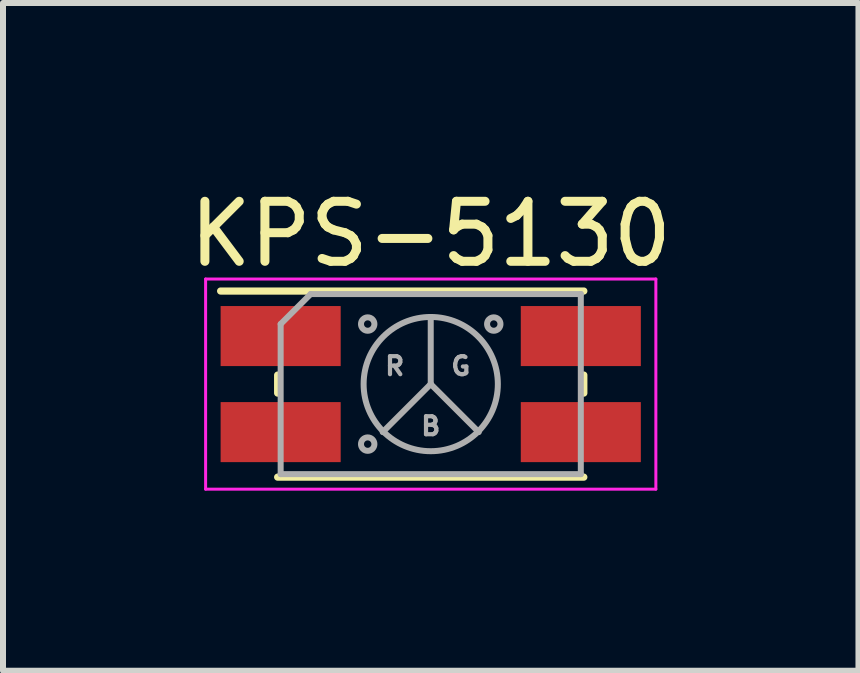
<source format=kicad_pcb>
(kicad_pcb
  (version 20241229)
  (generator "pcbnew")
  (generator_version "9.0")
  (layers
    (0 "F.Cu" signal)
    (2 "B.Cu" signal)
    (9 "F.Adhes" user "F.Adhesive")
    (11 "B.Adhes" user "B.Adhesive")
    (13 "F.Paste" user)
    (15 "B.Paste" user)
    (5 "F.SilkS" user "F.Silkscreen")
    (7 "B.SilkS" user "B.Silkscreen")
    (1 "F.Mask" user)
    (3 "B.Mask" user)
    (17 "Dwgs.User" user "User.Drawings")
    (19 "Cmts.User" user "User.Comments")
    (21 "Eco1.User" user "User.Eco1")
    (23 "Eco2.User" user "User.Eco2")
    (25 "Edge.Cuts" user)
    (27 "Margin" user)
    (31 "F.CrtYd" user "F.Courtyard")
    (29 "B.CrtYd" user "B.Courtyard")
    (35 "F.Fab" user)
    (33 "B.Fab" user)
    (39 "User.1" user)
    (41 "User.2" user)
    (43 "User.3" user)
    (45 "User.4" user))
  (footprint "KPS-5130"
    (layer "F.Cu")
    (at 4.125 3.348)
    (property "Reference" "KPS-5130" (at 0 -2.5 0) (layer "F.SilkS") (effects (font (size 1 1) (thickness 0.15))))
    (attr smd)
    (fp_line (start -3.5 -1.55) (end 2.55 -1.55) (stroke (width 0.12) (type solid)) (layer "F.SilkS"))
    (fp_line (start -2.55 0.15) (end -2.55 -0.15) (stroke (width 0.12) (type solid)) (layer "F.SilkS"))
    (fp_line (start 2.55 -0.15) (end 2.55 0.15) (stroke (width 0.12) (type solid)) (layer "F.SilkS"))
    (fp_line (start 2.55 1.55) (end -2.55 1.55) (stroke (width 0.12) (type solid)) (layer "F.SilkS"))
    (fp_line (start -3.75 -1.75) (end -3.75 1.75) (stroke (width 0.05) (type solid)) (layer "F.CrtYd"))
    (fp_line (start -3.75 -1.75) (end 3.75 -1.75) (stroke (width 0.05) (type solid)) (layer "F.CrtYd"))
    (fp_line (start 3.75 1.75) (end -3.75 1.75) (stroke (width 0.05) (type solid)) (layer "F.CrtYd"))
    (fp_line (start 3.75 1.75) (end 3.75 -1.75) (stroke (width 0.05) (type solid)) (layer "F.CrtYd"))
    (fp_line (start -2.5 -1) (end -2.5 1.5) (stroke (width 0.1) (type solid)) (layer "F.Fab"))
    (fp_line (start -2.5 1.5) (end 2.5 1.5) (stroke (width 0.1) (type solid)) (layer "F.Fab"))
    (fp_line (start -2 -1.5) (end -2.5 -1) (stroke (width 0.1) (type solid)) (layer "F.Fab"))
    (fp_line (start 0 0) (end -0.8 0.8) (stroke (width 0.1) (type solid)) (layer "F.Fab"))
    (fp_line (start 0 0) (end 0 -1.1) (stroke (width 0.1) (type solid)) (layer "F.Fab"))
    (fp_line (start 0 0) (end 0.8 0.8) (stroke (width 0.1) (type solid)) (layer "F.Fab"))
    (fp_line (start 2.5 -1.5) (end -2 -1.5) (stroke (width 0.1) (type solid)) (layer "F.Fab"))
    (fp_line (start 2.5 1.5) (end 2.5 -1.5) (stroke (width 0.1) (type solid)) (layer "F.Fab"))
    (fp_circle (center -1.05 -1) (end -1 -0.9) (stroke (width 0.1) (type solid)) (fill no) (layer "F.Fab"))
    (fp_circle (center -1.05 1) (end -1 1.1) (stroke (width 0.1) (type solid)) (fill no) (layer "F.Fab"))
    (fp_circle (center 0 0) (end 1 0.5) (stroke (width 0.1) (type solid)) (fill no) (layer "F.Fab"))
    (fp_circle (center 1.05 -1) (end 1.1 -0.9) (stroke (width 0.1) (type solid)) (fill no) (layer "F.Fab"))
    (fp_text user "G" (at 0.5 -0.3 0) (layer "F.Fab") (effects (font (size 0.3 0.3) (thickness 0.07))))
    (fp_text user "R" (at -0.6 -0.3 0) (layer "F.Fab") (effects (font (size 0.3 0.3) (thickness 0.07))))
    (fp_text user "B" (at 0 0.7 0) (layer "F.Fab") (effects (font (size 0.3 0.3) (thickness 0.07))))
    (pad "1" smd rect (at -2.5 -0.8) (size 2 1) (layers "F.Cu" "F.Mask" "F.Paste"))
    (pad "2" smd rect (at 2.5 -0.8) (size 2 1) (layers "F.Cu" "F.Mask" "F.Paste"))
    (pad "3" smd rect (at -2.5 0.8) (size 2 1) (layers "F.Cu" "F.Mask" "F.Paste"))
    (pad "4" smd rect (at 2.5 0.8) (size 2 1) (layers "F.Cu" "F.Mask" "F.Paste")))
  (gr_rect
    (start -3 -3)
    (end 11.25 8.123)
    (stroke (width 0.1) (type default))
    (fill no)
    (layer "Edge.Cuts")))
</source>
